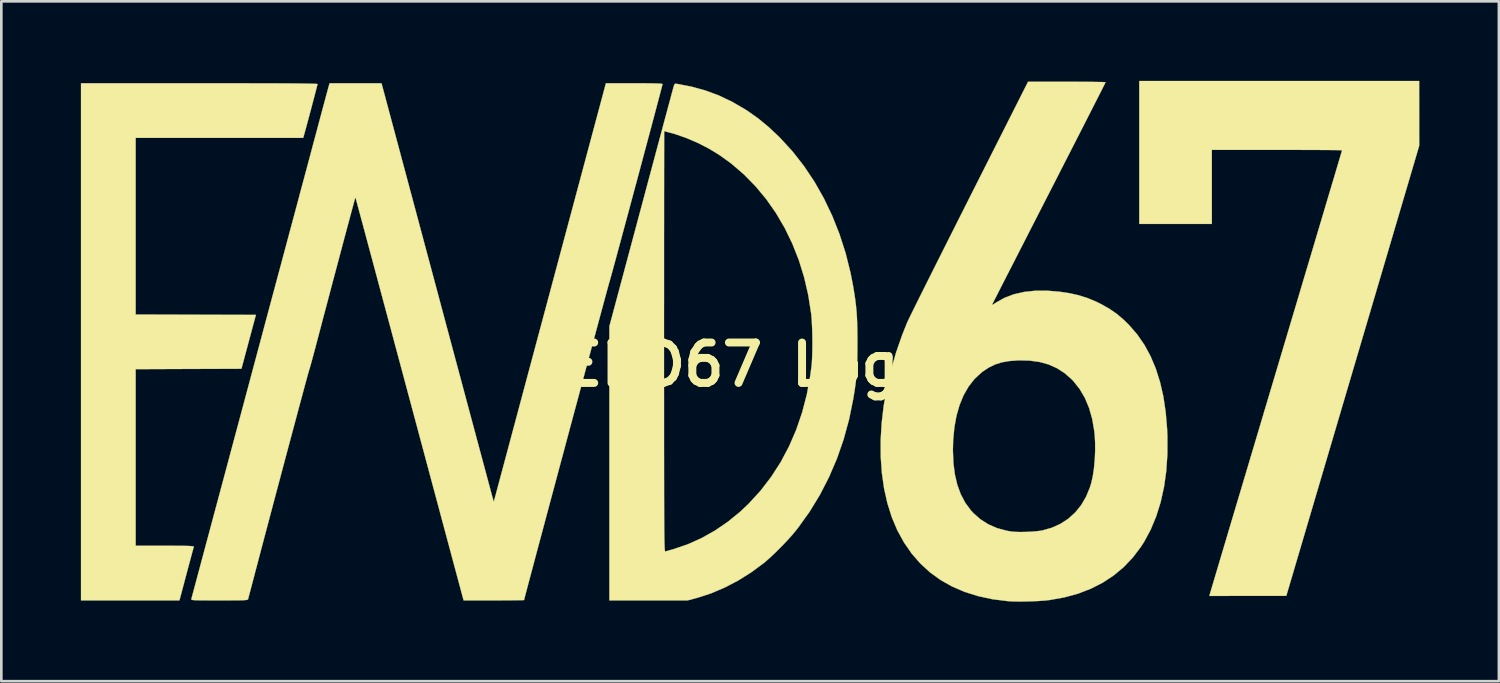
<source format=kicad_pcb>
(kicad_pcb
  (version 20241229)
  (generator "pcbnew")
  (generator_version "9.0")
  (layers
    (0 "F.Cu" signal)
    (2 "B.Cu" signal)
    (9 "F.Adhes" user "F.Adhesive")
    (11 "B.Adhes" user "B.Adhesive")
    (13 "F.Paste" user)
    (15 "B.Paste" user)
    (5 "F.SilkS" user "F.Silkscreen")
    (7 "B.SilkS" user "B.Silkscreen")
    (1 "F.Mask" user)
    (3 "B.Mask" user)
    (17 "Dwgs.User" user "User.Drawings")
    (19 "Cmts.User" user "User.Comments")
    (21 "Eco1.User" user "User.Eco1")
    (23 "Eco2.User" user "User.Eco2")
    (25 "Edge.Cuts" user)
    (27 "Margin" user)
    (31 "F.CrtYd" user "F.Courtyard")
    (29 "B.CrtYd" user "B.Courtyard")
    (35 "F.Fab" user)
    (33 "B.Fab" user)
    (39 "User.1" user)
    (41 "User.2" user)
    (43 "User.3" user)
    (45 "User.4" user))
  (footprint "END67 Logo"
    (layer "F.Cu")
    (at 25.236 10.701)
    (property "Reference" "END67 Logo" (at 0 0 0) (layer "F.SilkS") (effects (font (size 1.524 1.524) (thickness 0.3))))
    (attr through_hole)
    (fp_poly (pts (xy -20.129 -10.611) (xy -19.542 -10.611) (xy -19.008 -10.61) (xy -18.527 -10.609) (xy -18.097 -10.608) (xy -17.717 -10.607) (xy -17.385 -10.605) (xy -17.101 -10.603) (xy -16.863 -10.6) (xy -16.669 -10.597) (xy -16.518 -10.594) (xy -16.41 -10.59) (xy -16.342 -10.586) (xy -16.314 -10.582) (xy -16.312 -10.581) (xy -16.319 -10.548) (xy -16.339 -10.469) (xy -16.37 -10.35) (xy -16.409 -10.2) (xy -16.454 -10.026) (xy -16.505 -9.835) (xy -16.557 -9.635) (xy -16.611 -9.434) (xy -16.663 -9.239) (xy -16.712 -9.058) (xy -16.755 -8.899) (xy -16.791 -8.769) (xy -16.81 -8.7) (xy -16.853 -8.551) (xy -23.17 -8.551) (xy -23.17 -1.891) (xy -20.903 -1.884) (xy -18.636 -1.877) (xy -19.181 0.155) (xy -21.175 0.162) (xy -23.17 0.17) (xy -23.17 6.83) (xy -22.067 6.83) (xy -21.778 6.83) (xy -21.541 6.831) (xy -21.352 6.833) (xy -21.207 6.836) (xy -21.101 6.841) (xy -21.03 6.847) (xy -20.989 6.854) (xy -20.976 6.863) (xy -20.976 6.865) (xy -20.986 6.9) (xy -21.009 6.982) (xy -21.043 7.107) (xy -21.086 7.267) (xy -21.137 7.457) (xy -21.194 7.669) (xy -21.254 7.895) (xy -21.519 8.89) (xy -25.231 8.89) (xy -25.231 -10.612) (xy -20.772 -10.612) (xy -20.129 -10.611)) (stroke (width 0.01) (type solid)) (fill yes) (layer "F.SilkS"))
    (fp_poly (pts (xy 25.233 -8.255) (xy 22.727 0.233) (xy 20.221 8.72) (xy 17.322 8.721) (xy 17.341 8.643) (xy 17.351 8.61) (xy 17.376 8.525) (xy 17.416 8.39) (xy 17.47 8.207) (xy 17.538 7.979) (xy 17.619 7.707) (xy 17.712 7.393) (xy 17.817 7.04) (xy 17.934 6.65) (xy 18.06 6.224) (xy 18.197 5.765) (xy 18.343 5.275) (xy 18.498 4.756) (xy 18.661 4.21) (xy 18.831 3.64) (xy 19.008 3.046) (xy 19.191 2.432) (xy 19.379 1.8) (xy 19.573 1.15) (xy 19.771 0.487) (xy 19.842 0.249) (xy 20.041 -0.419) (xy 20.236 -1.072) (xy 20.426 -1.709) (xy 20.611 -2.329) (xy 20.789 -2.927) (xy 20.961 -3.504) (xy 21.126 -4.056) (xy 21.283 -4.582) (xy 21.431 -5.08) (xy 21.57 -5.547) (xy 21.699 -5.981) (xy 21.818 -6.381) (xy 21.926 -6.743) (xy 22.023 -7.067) (xy 22.107 -7.35) (xy 22.178 -7.591) (xy 22.236 -7.786) (xy 22.28 -7.934) (xy 22.309 -8.032) (xy 22.323 -8.08) (xy 22.324 -8.084) (xy 22.296 -8.086) (xy 22.216 -8.089) (xy 22.088 -8.091) (xy 21.915 -8.093) (xy 21.703 -8.094) (xy 21.454 -8.096) (xy 21.172 -8.097) (xy 20.863 -8.098) (xy 20.53 -8.099) (xy 20.177 -8.1) (xy 19.868 -8.1) (xy 17.413 -8.1) (xy 17.413 -5.306) (xy 14.676 -5.306) (xy 14.676 -10.696) (xy 25.231 -10.696) (xy 25.233 -8.255)) (stroke (width 0.01) (type solid)) (fill yes) (layer "F.SilkS"))
    (fp_poly (pts (xy -2.772 -10.591) (xy -2.211 -10.484) (xy -1.685 -10.339) (xy -1.183 -10.153) (xy -0.694 -9.921) (xy -0.208 -9.64) (xy -0.059 -9.544) (xy 0.315 -9.278) (xy 0.69 -8.969) (xy 1.071 -8.612) (xy 1.143 -8.54) (xy 1.608 -8.032) (xy 2.038 -7.481) (xy 2.431 -6.892) (xy 2.785 -6.267) (xy 3.099 -5.609) (xy 3.372 -4.922) (xy 3.602 -4.208) (xy 3.786 -3.471) (xy 3.879 -2.997) (xy 3.925 -2.724) (xy 3.962 -2.478) (xy 3.991 -2.249) (xy 4.013 -2.023) (xy 4.029 -1.791) (xy 4.039 -1.541) (xy 4.045 -1.26) (xy 4.048 -0.939) (xy 4.048 -0.818) (xy 4.047 -0.49) (xy 4.043 -0.207) (xy 4.035 0.042) (xy 4.022 0.27) (xy 4.004 0.486) (xy 3.98 0.704) (xy 3.948 0.934) (xy 3.908 1.188) (xy 3.892 1.284) (xy 3.735 2.058) (xy 3.53 2.81) (xy 3.278 3.537) (xy 2.978 4.237) (xy 2.634 4.907) (xy 2.245 5.545) (xy 1.812 6.148) (xy 1.731 6.251) (xy 1.582 6.43) (xy 1.403 6.629) (xy 1.206 6.836) (xy 1.003 7.04) (xy 0.804 7.23) (xy 0.621 7.395) (xy 0.508 7.489) (xy 0.037 7.836) (xy -0.455 8.144) (xy -0.963 8.408) (xy -1.476 8.626) (xy -1.989 8.793) (xy -2.044 8.807) (xy -2.357 8.89) (xy -3.831 8.89) (xy -5.306 8.89) (xy -5.306 -0.873) (xy -3.246 -0.873) (xy -3.246 -0.08) (xy -3.246 0.658) (xy -3.245 1.343) (xy -3.245 1.978) (xy -3.245 2.565) (xy -3.245 3.104) (xy -3.244 3.599) (xy -3.244 4.05) (xy -3.243 4.461) (xy -3.243 4.833) (xy -3.242 5.167) (xy -3.241 5.466) (xy -3.24 5.732) (xy -3.238 5.967) (xy -3.237 6.172) (xy -3.235 6.35) (xy -3.233 6.502) (xy -3.231 6.631) (xy -3.228 6.738) (xy -3.226 6.825) (xy -3.223 6.895) (xy -3.22 6.948) (xy -3.216 6.988) (xy -3.212 7.016) (xy -3.208 7.033) (xy -3.204 7.043) (xy -3.199 7.046) (xy -3.196 7.046) (xy -3.149 7.032) (xy -3.062 7.007) (xy -2.949 6.975) (xy -2.879 6.955) (xy -2.348 6.774) (xy -1.827 6.54) (xy -1.321 6.255) (xy -0.834 5.922) (xy -0.371 5.544) (xy -0.052 5.242) (xy 0.394 4.755) (xy 0.796 4.231) (xy 1.155 3.674) (xy 1.469 3.083) (xy 1.738 2.46) (xy 1.962 1.807) (xy 2.14 1.124) (xy 2.27 0.412) (xy 2.317 0.056) (xy 2.333 -0.13) (xy 2.343 -0.359) (xy 2.349 -0.617) (xy 2.35 -0.892) (xy 2.346 -1.171) (xy 2.337 -1.439) (xy 2.324 -1.683) (xy 2.307 -1.891) (xy 2.302 -1.933) (xy 2.193 -2.626) (xy 2.038 -3.296) (xy 1.838 -3.943) (xy 1.593 -4.563) (xy 1.306 -5.154) (xy 0.978 -5.714) (xy 0.611 -6.239) (xy 0.205 -6.728) (xy -0.237 -7.178) (xy -0.714 -7.587) (xy -1.155 -7.905) (xy -1.55 -8.146) (xy -1.974 -8.363) (xy -2.408 -8.549) (xy -2.836 -8.697) (xy -2.971 -8.735) (xy -3.084 -8.765) (xy -3.173 -8.789) (xy -3.228 -8.803) (xy -3.239 -8.805) (xy -3.239 -8.777) (xy -3.24 -8.695) (xy -3.24 -8.561) (xy -3.241 -8.378) (xy -3.241 -8.147) (xy -3.242 -7.87) (xy -3.242 -7.551) (xy -3.243 -7.191) (xy -3.243 -6.793) (xy -3.244 -6.359) (xy -3.244 -5.89) (xy -3.244 -5.39) (xy -3.245 -4.861) (xy -3.245 -4.304) (xy -3.245 -3.723) (xy -3.245 -3.119) (xy -3.245 -2.495) (xy -3.246 -1.852) (xy -3.246 -1.194) (xy -3.246 -0.873) (xy -5.306 -0.873) (xy -5.306 -1.446) (xy -4.118 -5.881) (xy -3.987 -6.37) (xy -3.86 -6.847) (xy -3.736 -7.307) (xy -3.618 -7.748) (xy -3.506 -8.166) (xy -3.401 -8.559) (xy -3.303 -8.924) (xy -3.214 -9.257) (xy -3.133 -9.556) (xy -3.063 -9.817) (xy -3.003 -10.039) (xy -2.956 -10.217) (xy -2.92 -10.349) (xy -2.898 -10.431) (xy -2.89 -10.459) (xy -2.864 -10.543) (xy -2.839 -10.584) (xy -2.806 -10.595) (xy -2.772 -10.591)) (stroke (width 0.01) (type solid)) (fill yes) (layer "F.SilkS"))
    (fp_poly (pts (xy 12.225 -10.668) (xy 12.488 -10.667) (xy 12.729 -10.665) (xy 12.941 -10.663) (xy 13.12 -10.66) (xy 13.26 -10.658) (xy 13.355 -10.654) (xy 13.402 -10.651) (xy 13.406 -10.649) (xy 13.393 -10.623) (xy 13.356 -10.548) (xy 13.296 -10.429) (xy 13.214 -10.267) (xy 13.112 -10.066) (xy 12.99 -9.827) (xy 12.851 -9.554) (xy 12.696 -9.249) (xy 12.526 -8.915) (xy 12.341 -8.554) (xy 12.145 -8.17) (xy 11.937 -7.763) (xy 11.72 -7.339) (xy 11.495 -6.897) (xy 11.268 -6.454) (xy 11.035 -6) (xy 10.81 -5.559) (xy 10.592 -5.134) (xy 10.385 -4.728) (xy 10.188 -4.344) (xy 10.004 -3.983) (xy 9.833 -3.649) (xy 9.677 -3.345) (xy 9.538 -3.072) (xy 9.416 -2.834) (xy 9.314 -2.633) (xy 9.232 -2.472) (xy 9.171 -2.354) (xy 9.134 -2.28) (xy 9.121 -2.254) (xy 9.137 -2.257) (xy 9.19 -2.286) (xy 9.268 -2.335) (xy 9.284 -2.346) (xy 9.595 -2.52) (xy 9.943 -2.652) (xy 10.326 -2.741) (xy 10.745 -2.786) (xy 11.198 -2.789) (xy 11.656 -2.752) (xy 12.044 -2.694) (xy 12.394 -2.616) (xy 12.723 -2.512) (xy 13.045 -2.378) (xy 13.257 -2.273) (xy 13.561 -2.099) (xy 13.833 -1.911) (xy 14.089 -1.693) (xy 14.29 -1.496) (xy 14.599 -1.139) (xy 14.87 -0.746) (xy 15.103 -0.317) (xy 15.3 0.151) (xy 15.46 0.657) (xy 15.585 1.204) (xy 15.673 1.793) (xy 15.726 2.424) (xy 15.738 2.709) (xy 15.737 3.374) (xy 15.695 4.008) (xy 15.61 4.611) (xy 15.484 5.181) (xy 15.317 5.716) (xy 15.11 6.215) (xy 14.862 6.677) (xy 14.736 6.873) (xy 14.433 7.273) (xy 14.093 7.631) (xy 13.716 7.946) (xy 13.303 8.219) (xy 12.854 8.448) (xy 12.369 8.635) (xy 11.849 8.777) (xy 11.295 8.876) (xy 11.289 8.877) (xy 11.102 8.897) (xy 10.877 8.913) (xy 10.629 8.924) (xy 10.373 8.931) (xy 10.127 8.933) (xy 9.905 8.929) (xy 9.723 8.919) (xy 9.723 8.918) (xy 9.143 8.846) (xy 8.599 8.729) (xy 8.091 8.57) (xy 7.62 8.367) (xy 7.184 8.122) (xy 6.785 7.833) (xy 6.422 7.501) (xy 6.096 7.127) (xy 5.807 6.71) (xy 5.555 6.251) (xy 5.546 6.233) (xy 5.341 5.745) (xy 5.177 5.222) (xy 5.053 4.668) (xy 4.97 4.086) (xy 4.927 3.48) (xy 4.926 3.224) (xy 7.648 3.224) (xy 7.667 3.702) (xy 7.722 4.138) (xy 7.815 4.534) (xy 7.946 4.89) (xy 8.115 5.209) (xy 8.323 5.491) (xy 8.418 5.596) (xy 8.685 5.831) (xy 8.984 6.021) (xy 9.314 6.165) (xy 9.678 6.263) (xy 9.857 6.294) (xy 10.001 6.306) (xy 10.184 6.311) (xy 10.389 6.308) (xy 10.598 6.299) (xy 10.794 6.284) (xy 10.959 6.263) (xy 11.021 6.252) (xy 11.38 6.15) (xy 11.708 6.001) (xy 12.003 5.808) (xy 12.263 5.572) (xy 12.487 5.294) (xy 12.672 4.977) (xy 12.818 4.622) (xy 12.868 4.456) (xy 12.925 4.198) (xy 12.969 3.901) (xy 12.999 3.578) (xy 13.013 3.246) (xy 13.011 2.919) (xy 12.992 2.612) (xy 12.981 2.511) (xy 12.903 2.053) (xy 12.784 1.634) (xy 12.626 1.256) (xy 12.427 0.917) (xy 12.189 0.618) (xy 12.123 0.549) (xy 11.856 0.316) (xy 11.567 0.131) (xy 11.252 -0.009) (xy 10.908 -0.103) (xy 10.531 -0.154) (xy 10.12 -0.162) (xy 10.104 -0.161) (xy 9.779 -0.137) (xy 9.495 -0.087) (xy 9.24 -0.007) (xy 9.004 0.107) (xy 8.776 0.259) (xy 8.714 0.307) (xy 8.46 0.544) (xy 8.24 0.825) (xy 8.054 1.15) (xy 7.902 1.516) (xy 7.785 1.921) (xy 7.704 2.365) (xy 7.658 2.846) (xy 7.648 3.224) (xy 4.926 3.224) (xy 4.924 2.853) (xy 4.961 2.21) (xy 5.038 1.554) (xy 5.154 0.889) (xy 5.31 0.218) (xy 5.504 -0.455) (xy 5.738 -1.126) (xy 5.926 -1.595) (xy 5.952 -1.651) (xy 6.001 -1.753) (xy 6.073 -1.901) (xy 6.167 -2.091) (xy 6.28 -2.32) (xy 6.412 -2.585) (xy 6.561 -2.884) (xy 6.726 -3.214) (xy 6.905 -3.572) (xy 7.098 -3.956) (xy 7.302 -4.362) (xy 7.516 -4.788) (xy 7.739 -5.232) (xy 7.969 -5.689) (xy 8.206 -6.158) (xy 8.263 -6.272) (xy 10.482 -10.668) (xy 11.944 -10.668) (xy 12.225 -10.668)) (stroke (width 0.01) (type solid)) (fill yes) (layer "F.SilkS"))
    (fp_poly (pts (xy -4.069 -10.611) (xy -3.822 -10.609) (xy -3.626 -10.606) (xy -3.479 -10.602) (xy -3.377 -10.596) (xy -3.319 -10.589) (xy -3.302 -10.58) (xy -3.309 -10.548) (xy -3.33 -10.466) (xy -3.364 -10.336) (xy -3.409 -10.164) (xy -3.465 -9.952) (xy -3.53 -9.705) (xy -3.604 -9.427) (xy -3.685 -9.121) (xy -3.773 -8.791) (xy -3.867 -8.441) (xy -3.965 -8.075) (xy -4.066 -7.697) (xy -4.169 -7.311) (xy -4.274 -6.92) (xy -4.38 -6.528) (xy -4.484 -6.139) (xy -4.587 -5.757) (xy -4.687 -5.386) (xy -4.783 -5.03) (xy -4.874 -4.692) (xy -4.96 -4.376) (xy -5.038 -4.086) (xy -5.109 -3.827) (xy -5.17 -3.601) (xy -5.222 -3.413) (xy -5.263 -3.266) (xy -5.291 -3.164) (xy -5.306 -3.112) (xy -5.309 -3.106) (xy -5.318 -3.076) (xy -5.34 -2.995) (xy -5.376 -2.865) (xy -5.424 -2.69) (xy -5.483 -2.472) (xy -5.552 -2.215) (xy -5.632 -1.921) (xy -5.72 -1.594) (xy -5.816 -1.237) (xy -5.92 -0.852) (xy -6.03 -0.443) (xy -6.146 -0.012) (xy -6.267 0.437) (xy -6.391 0.901) (xy -6.519 1.377) (xy -6.65 1.863) (xy -6.782 2.354) (xy -6.915 2.85) (xy -7.047 3.345) (xy -7.18 3.837) (xy -7.31 4.324) (xy -7.438 4.802) (xy -7.563 5.268) (xy -7.684 5.719) (xy -7.799 6.152) (xy -7.91 6.565) (xy -8.014 6.953) (xy -8.11 7.315) (xy -8.198 7.646) (xy -8.278 7.945) (xy -8.348 8.207) (xy -8.407 8.431) (xy -8.455 8.612) (xy -8.491 8.749) (xy -8.514 8.837) (xy -8.523 8.875) (xy -8.523 8.876) (xy -8.55 8.879) (xy -8.628 8.882) (xy -8.75 8.884) (xy -8.911 8.886) (xy -9.105 8.888) (xy -9.325 8.889) (xy -9.566 8.89) (xy -9.662 8.89) (xy -10.802 8.89) (xy -10.847 8.728) (xy -10.858 8.687) (xy -10.883 8.594) (xy -10.921 8.451) (xy -10.972 8.26) (xy -11.036 8.024) (xy -11.111 7.744) (xy -11.197 7.424) (xy -11.293 7.065) (xy -11.399 6.67) (xy -11.514 6.241) (xy -11.638 5.78) (xy -11.769 5.289) (xy -11.908 4.772) (xy -12.054 4.229) (xy -12.205 3.664) (xy -12.362 3.078) (xy -12.524 2.474) (xy -12.69 1.854) (xy -12.86 1.221) (xy -12.885 1.129) (xy -13.054 0.496) (xy -13.22 -0.123) (xy -13.382 -0.725) (xy -13.538 -1.309) (xy -13.689 -1.871) (xy -13.834 -2.411) (xy -13.972 -2.925) (xy -14.102 -3.412) (xy -14.225 -3.868) (xy -14.339 -4.293) (xy -14.444 -4.684) (xy -14.539 -5.038) (xy -14.624 -5.354) (xy -14.698 -5.628) (xy -14.761 -5.86) (xy -14.811 -6.047) (xy -14.848 -6.186) (xy -14.873 -6.275) (xy -14.883 -6.312) (xy -14.883 -6.313) (xy -14.891 -6.288) (xy -14.913 -6.211) (xy -14.946 -6.088) (xy -14.991 -5.923) (xy -15.046 -5.719) (xy -15.11 -5.481) (xy -15.182 -5.212) (xy -15.261 -4.917) (xy -15.346 -4.599) (xy -15.435 -4.263) (xy -15.528 -3.913) (xy -15.624 -3.552) (xy -15.722 -3.184) (xy -15.82 -2.815) (xy -15.917 -2.447) (xy -16.013 -2.085) (xy -16.107 -1.732) (xy -16.196 -1.393) (xy -16.281 -1.072) (xy -16.329 -0.889) (xy -16.391 -0.654) (xy -16.449 -0.436) (xy -16.502 -0.239) (xy -16.548 -0.072) (xy -16.585 0.06) (xy -16.611 0.152) (xy -16.626 0.195) (xy -16.627 0.198) (xy -16.636 0.229) (xy -16.66 0.312) (xy -16.696 0.442) (xy -16.743 0.617) (xy -16.802 0.833) (xy -16.87 1.086) (xy -16.947 1.373) (xy -17.033 1.691) (xy -17.125 2.037) (xy -17.224 2.406) (xy -17.328 2.795) (xy -17.437 3.202) (xy -17.549 3.622) (xy -17.664 4.053) (xy -17.78 4.49) (xy -17.897 4.93) (xy -18.014 5.371) (xy -18.13 5.808) (xy -18.244 6.238) (xy -18.355 6.658) (xy -18.463 7.065) (xy -18.565 7.454) (xy -18.657 7.803) (xy -18.717 8.032) (xy -18.773 8.245) (xy -18.823 8.435) (xy -18.866 8.596) (xy -18.899 8.722) (xy -18.921 8.806) (xy -18.93 8.841) (xy -18.937 8.853) (xy -18.953 8.864) (xy -18.983 8.872) (xy -19.033 8.878) (xy -19.108 8.883) (xy -19.214 8.886) (xy -19.356 8.888) (xy -19.538 8.889) (xy -19.767 8.89) (xy -20.015 8.89) (xy -20.289 8.89) (xy -20.512 8.889) (xy -20.689 8.888) (xy -20.825 8.886) (xy -20.925 8.883) (xy -20.995 8.878) (xy -21.039 8.872) (xy -21.063 8.864) (xy -21.072 8.853) (xy -21.071 8.841) (xy -21.071 8.841) (xy -21.061 8.803) (xy -21.038 8.717) (xy -21.003 8.589) (xy -20.96 8.426) (xy -20.908 8.234) (xy -20.851 8.019) (xy -20.789 7.788) (xy -20.785 7.775) (xy -20.736 7.591) (xy -20.674 7.359) (xy -20.601 7.085) (xy -20.518 6.774) (xy -20.426 6.434) (xy -20.329 6.07) (xy -20.227 5.688) (xy -20.121 5.295) (xy -20.014 4.896) (xy -19.908 4.499) (xy -19.84 4.247) (xy -19.727 3.826) (xy -19.608 3.379) (xy -19.484 2.917) (xy -19.358 2.446) (xy -19.232 1.977) (xy -19.109 1.518) (xy -18.991 1.076) (xy -18.88 0.662) (xy -18.779 0.283) (xy -18.689 -0.052) (xy -18.673 -0.113) (xy -18.589 -0.426) (xy -18.492 -0.787) (xy -18.386 -1.185) (xy -18.271 -1.614) (xy -18.15 -2.066) (xy -18.025 -2.533) (xy -17.898 -3.006) (xy -17.771 -3.478) (xy -17.647 -3.94) (xy -17.528 -4.385) (xy -17.459 -4.643) (xy -17.347 -5.062) (xy -17.23 -5.495) (xy -17.112 -5.936) (xy -16.995 -6.376) (xy -16.879 -6.809) (xy -16.766 -7.228) (xy -16.66 -7.626) (xy -16.561 -7.996) (xy -16.472 -8.331) (xy -16.393 -8.623) (xy -16.341 -8.819) (xy -16.265 -9.105) (xy -16.192 -9.378) (xy -16.124 -9.633) (xy -16.061 -9.865) (xy -16.007 -10.067) (xy -15.962 -10.234) (xy -15.928 -10.361) (xy -15.906 -10.442) (xy -15.9 -10.463) (xy -15.857 -10.612) (xy -13.899 -10.611) (xy -11.826 -2.871) (xy -11.653 -2.224) (xy -11.483 -1.589) (xy -11.317 -0.97) (xy -11.156 -0.369) (xy -11 0.212) (xy -10.85 0.771) (xy -10.707 1.306) (xy -10.571 1.814) (xy -10.442 2.293) (xy -10.322 2.741) (xy -10.211 3.155) (xy -10.109 3.534) (xy -10.017 3.876) (xy -9.936 4.177) (xy -9.867 4.436) (xy -9.809 4.651) (xy -9.764 4.819) (xy -9.732 4.938) (xy -9.713 5.006) (xy -9.709 5.02) (xy -9.665 5.172) (xy -7.551 -2.72) (xy -5.437 -10.612) (xy -4.369 -10.612) (xy -4.069 -10.611)) (stroke (width 0.01) (type solid)) (fill yes) (layer "F.SilkS")))
  (gr_rect
    (start -3 -3)
    (end 53.474 22.639)
    (stroke (width 0.1) (type default))
    (fill no)
    (layer "Edge.Cuts")))
</source>
